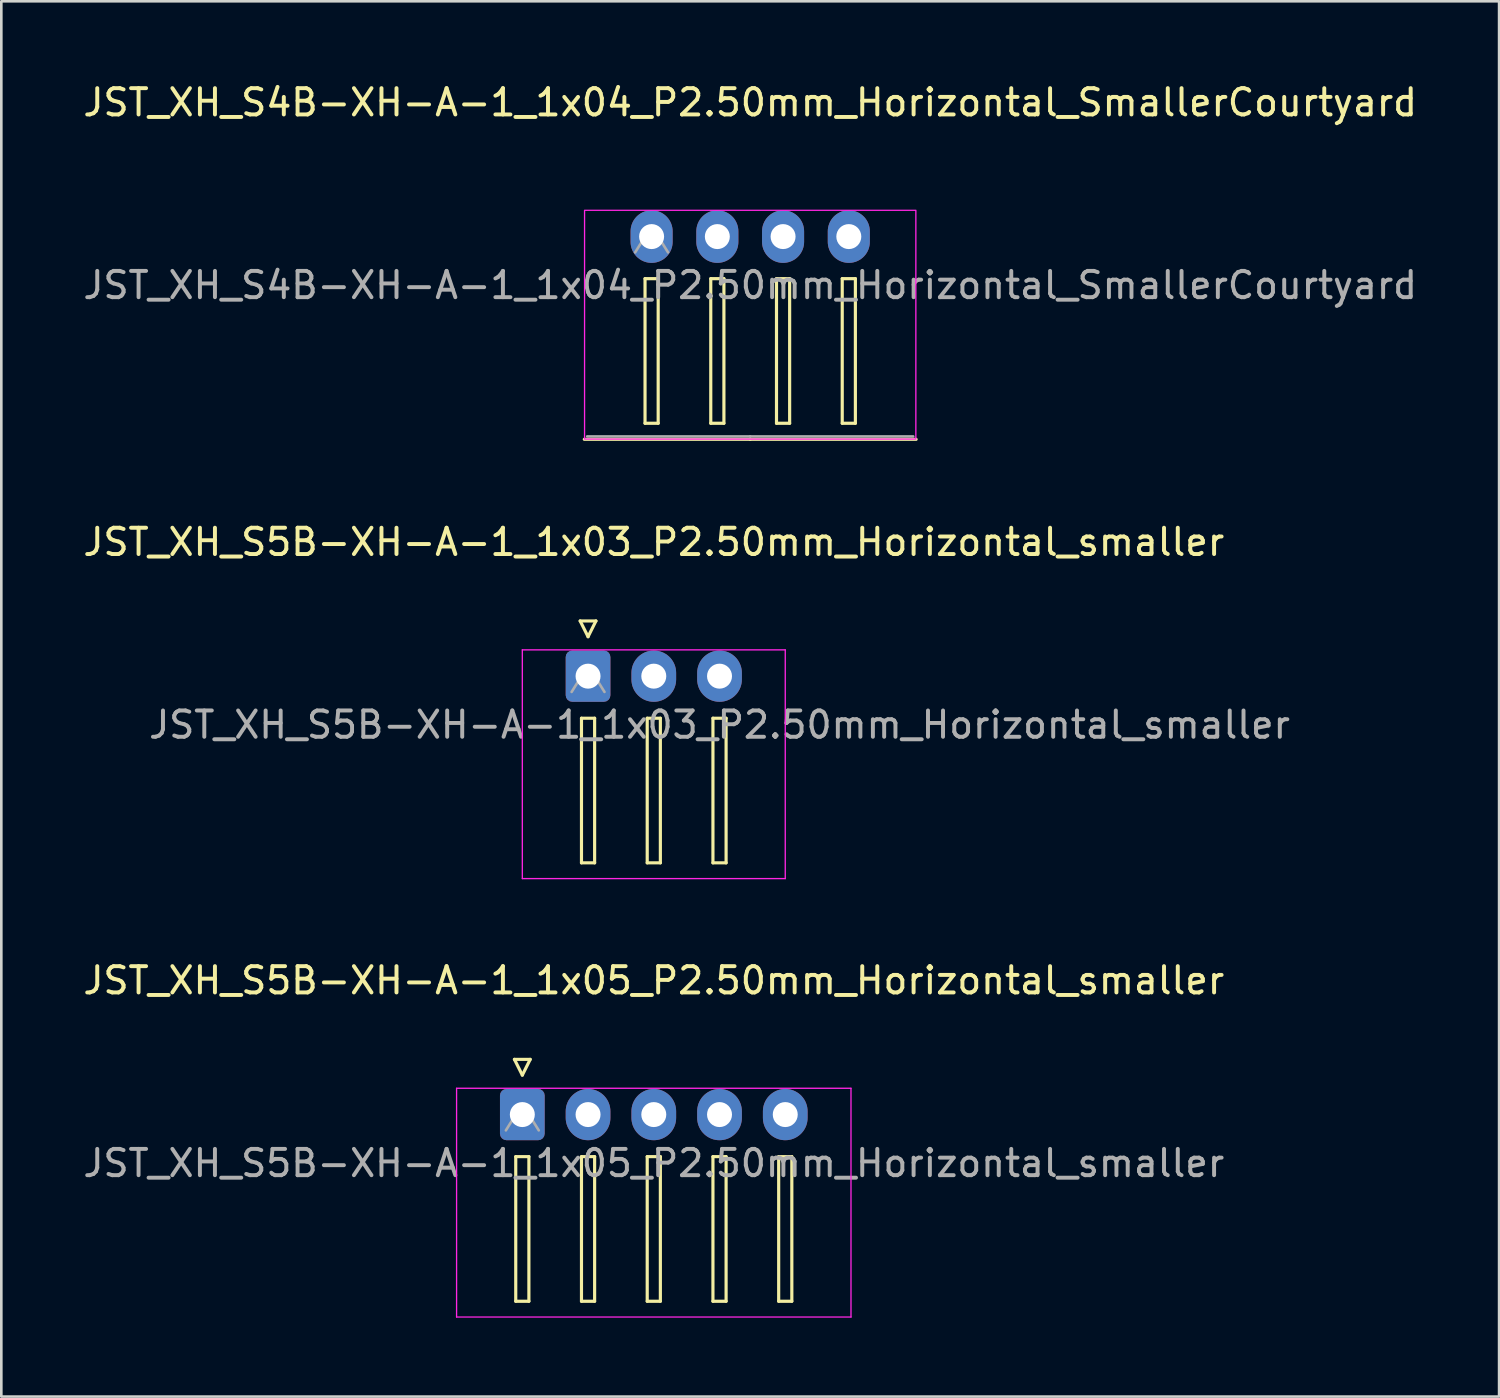
<source format=kicad_pcb>
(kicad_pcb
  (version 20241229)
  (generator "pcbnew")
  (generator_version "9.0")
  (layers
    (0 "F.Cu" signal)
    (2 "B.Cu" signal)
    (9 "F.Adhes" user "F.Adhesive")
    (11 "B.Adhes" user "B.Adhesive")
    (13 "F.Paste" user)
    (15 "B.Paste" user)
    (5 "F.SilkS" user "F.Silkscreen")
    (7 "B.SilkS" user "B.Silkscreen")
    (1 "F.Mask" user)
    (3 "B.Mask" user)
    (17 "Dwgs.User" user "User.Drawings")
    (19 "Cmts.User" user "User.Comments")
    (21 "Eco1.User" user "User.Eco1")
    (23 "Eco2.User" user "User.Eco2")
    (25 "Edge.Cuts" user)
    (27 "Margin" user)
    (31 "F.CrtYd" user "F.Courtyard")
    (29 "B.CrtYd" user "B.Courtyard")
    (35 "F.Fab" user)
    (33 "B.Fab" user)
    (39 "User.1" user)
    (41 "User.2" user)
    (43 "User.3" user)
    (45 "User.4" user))
  (footprint "JST_XH_S5B-XH-A-1_1x05_P2.50mm_Horizontal_smaller"
    (layer "F.Cu")
    (at 21.815 39.34)
    (property "Reference" "JST_XH_S5B-XH-A-1_1x05_P2.50mm_Horizontal_smaller" (at 0 -5.1 0) (layer "F.SilkS") (effects (font (size 1 1) (thickness 0.15))))
    (attr through_hole)
    (fp_line (start -5.3 -2.1) (end -4.7 -2.1) (stroke (width 0.12) (type solid)) (layer "F.SilkS"))
    (fp_line (start -5.25 1.6) (end -5.25 7.1) (stroke (width 0.12) (type solid)) (layer "F.SilkS"))
    (fp_line (start -5.25 7.1) (end -4.75 7.1) (stroke (width 0.12) (type solid)) (layer "F.SilkS"))
    (fp_line (start -5 -1.5) (end -5.3 -2.1) (stroke (width 0.12) (type solid)) (layer "F.SilkS"))
    (fp_line (start -4.75 1.6) (end -5.25 1.6) (stroke (width 0.12) (type solid)) (layer "F.SilkS"))
    (fp_line (start -4.75 7.1) (end -4.75 1.6) (stroke (width 0.12) (type solid)) (layer "F.SilkS"))
    (fp_line (start -4.7 -2.1) (end -5 -1.5) (stroke (width 0.12) (type solid)) (layer "F.SilkS"))
    (fp_line (start -2.75 1.6) (end -2.75 7.1) (stroke (width 0.12) (type solid)) (layer "F.SilkS"))
    (fp_line (start -2.75 7.1) (end -2.25 7.1) (stroke (width 0.12) (type solid)) (layer "F.SilkS"))
    (fp_line (start -2.25 1.6) (end -2.75 1.6) (stroke (width 0.12) (type solid)) (layer "F.SilkS"))
    (fp_line (start -2.25 7.1) (end -2.25 1.6) (stroke (width 0.12) (type solid)) (layer "F.SilkS"))
    (fp_line (start -0.25 1.6) (end -0.25 7.1) (stroke (width 0.12) (type solid)) (layer "F.SilkS"))
    (fp_line (start -0.25 7.1) (end 0.25 7.1) (stroke (width 0.12) (type solid)) (layer "F.SilkS"))
    (fp_line (start 0.25 1.6) (end -0.25 1.6) (stroke (width 0.12) (type solid)) (layer "F.SilkS"))
    (fp_line (start 0.25 7.1) (end 0.25 1.6) (stroke (width 0.12) (type solid)) (layer "F.SilkS"))
    (fp_line (start 2.25 1.6) (end 2.25 7.1) (stroke (width 0.12) (type solid)) (layer "F.SilkS"))
    (fp_line (start 2.25 7.1) (end 2.75 7.1) (stroke (width 0.12) (type solid)) (layer "F.SilkS"))
    (fp_line (start 2.75 1.6) (end 2.25 1.6) (stroke (width 0.12) (type solid)) (layer "F.SilkS"))
    (fp_line (start 2.75 7.1) (end 2.75 1.6) (stroke (width 0.12) (type solid)) (layer "F.SilkS"))
    (fp_line (start 4.75 1.6) (end 4.75 7.1) (stroke (width 0.12) (type solid)) (layer "F.SilkS"))
    (fp_line (start 4.75 7.1) (end 5.25 7.1) (stroke (width 0.12) (type solid)) (layer "F.SilkS"))
    (fp_line (start 5.25 1.6) (end 4.75 1.6) (stroke (width 0.12) (type solid)) (layer "F.SilkS"))
    (fp_line (start 5.25 7.1) (end 5.25 1.6) (stroke (width 0.12) (type solid)) (layer "F.SilkS"))
    (fp_line (start -7.5 -1) (end -7.5 7.7) (stroke (width 0.05) (type solid)) (layer "F.CrtYd"))
    (fp_line (start -7.5 7.7) (end 7.5 7.7) (stroke (width 0.05) (type solid)) (layer "F.CrtYd"))
    (fp_line (start 7.5 -1) (end -7.5 -1) (stroke (width 0.05) (type solid)) (layer "F.CrtYd"))
    (fp_line (start 7.5 7.7) (end 7.5 -1) (stroke (width 0.05) (type solid)) (layer "F.CrtYd"))
    (fp_line (start -5.625 0.6) (end -5 -0.4) (stroke (width 0.1) (type solid)) (layer "F.Fab"))
    (fp_line (start -5 -0.4) (end -4.375 0.6) (stroke (width 0.1) (type solid)) (layer "F.Fab"))
    (fp_text user "${REFERENCE}" (at 0 1.85 0) (layer "F.Fab") (effects (font (size 1 1) (thickness 0.15))))
    (pad "1" thru_hole roundrect (at -5 0) (size 1.7 1.95) (drill 0.95) (layers "*.Cu" "*.Mask") (roundrect_rratio 0.147))
    (pad "2" thru_hole oval (at -2.5 0) (size 1.7 1.95) (drill 0.95) (layers "*.Cu" "*.Mask"))
    (pad "3" thru_hole oval (at 0 0) (size 1.7 1.95) (drill 0.95) (layers "*.Cu" "*.Mask"))
    (pad "4" thru_hole oval (at 2.5 0) (size 1.7 1.95) (drill 0.95) (layers "*.Cu" "*.Mask"))
    (pad "5" thru_hole oval (at 5 0) (size 1.7 1.95) (drill 0.95) (layers "*.Cu" "*.Mask")))
  (footprint "JST_XH_S4B-XH-A-1_1x04_P2.50mm_Horizontal_SmallerCourtyard"
    (layer "F.Cu")
    (at 21.732 5.948)
    (property "Reference" "JST_XH_S4B-XH-A-1_1x04_P2.50mm_Horizontal_SmallerCourtyard" (at 3.75 -5.1 0) (layer "F.SilkS") (effects (font (size 1 1) (thickness 0.15))))
    (attr through_hole)
    (fp_line (start -0.25 1.6) (end -0.25 7.1) (stroke (width 0.12) (type solid)) (layer "F.SilkS"))
    (fp_line (start -0.25 7.1) (end 0.25 7.1) (stroke (width 0.12) (type solid)) (layer "F.SilkS"))
    (fp_line (start 0.25 1.6) (end -0.25 1.6) (stroke (width 0.12) (type solid)) (layer "F.SilkS"))
    (fp_line (start 0.25 7.1) (end 0.25 1.6) (stroke (width 0.12) (type solid)) (layer "F.SilkS"))
    (fp_line (start 2.25 1.6) (end 2.25 7.1) (stroke (width 0.12) (type solid)) (layer "F.SilkS"))
    (fp_line (start 2.25 7.1) (end 2.75 7.1) (stroke (width 0.12) (type solid)) (layer "F.SilkS"))
    (fp_line (start 2.75 1.6) (end 2.25 1.6) (stroke (width 0.12) (type solid)) (layer "F.SilkS"))
    (fp_line (start 2.75 7.1) (end 2.75 1.6) (stroke (width 0.12) (type solid)) (layer "F.SilkS"))
    (fp_line (start 3.75 7.71) (end -2.56 7.71) (stroke (width 0.12) (type solid)) (layer "F.SilkS"))
    (fp_line (start 3.75 7.71) (end 10.06 7.71) (stroke (width 0.12) (type solid)) (layer "F.SilkS"))
    (fp_line (start 4.75 1.6) (end 4.75 7.1) (stroke (width 0.12) (type solid)) (layer "F.SilkS"))
    (fp_line (start 4.75 7.1) (end 5.25 7.1) (stroke (width 0.12) (type solid)) (layer "F.SilkS"))
    (fp_line (start 5.25 1.6) (end 4.75 1.6) (stroke (width 0.12) (type solid)) (layer "F.SilkS"))
    (fp_line (start 5.25 7.1) (end 5.25 1.6) (stroke (width 0.12) (type solid)) (layer "F.SilkS"))
    (fp_line (start 7.25 1.6) (end 7.25 7.1) (stroke (width 0.12) (type solid)) (layer "F.SilkS"))
    (fp_line (start 7.25 7.1) (end 7.75 7.1) (stroke (width 0.12) (type solid)) (layer "F.SilkS"))
    (fp_line (start 7.75 1.6) (end 7.25 1.6) (stroke (width 0.12) (type solid)) (layer "F.SilkS"))
    (fp_line (start 7.75 7.1) (end 7.75 1.6) (stroke (width 0.12) (type solid)) (layer "F.SilkS"))
    (fp_rect (start -2.55 -1) (end 10.05 7.7) (stroke (width 0.05) (type default)) (fill no) (layer "F.CrtYd"))
    (fp_line (start -0.625 0.6) (end 0 -0.4) (stroke (width 0.1) (type solid)) (layer "F.Fab"))
    (fp_line (start 0 -0.4) (end 0.625 0.6) (stroke (width 0.1) (type solid)) (layer "F.Fab"))
    (fp_line (start 3.75 7.6) (end -2.45 7.6) (stroke (width 0.1) (type solid)) (layer "F.Fab"))
    (fp_line (start 3.75 7.6) (end 9.95 7.6) (stroke (width 0.1) (type solid)) (layer "F.Fab"))
    (fp_text user "${REFERENCE}" (at 3.75 1.85 0) (layer "F.Fab") (effects (font (size 1 1) (thickness 0.15))))
    (pad "1" thru_hole oval (at 0 0) (size 1.6 2) (drill 0.95) (layers "*.Cu" "*.Mask"))
    (pad "2" thru_hole oval (at 2.5 0) (size 1.6 2) (drill 0.95) (layers "*.Cu" "*.Mask"))
    (pad "3" thru_hole oval (at 5 0) (size 1.6 2) (drill 0.95) (layers "*.Cu" "*.Mask"))
    (pad "4" thru_hole oval (at 7.5 0) (size 1.6 2) (drill 0.95) (layers "*.Cu" "*.Mask")))
  (footprint "JST_XH_S5B-XH-A-1_1x03_P2.50mm_Horizontal_smaller"
    (layer "F.Cu")
    (at 21.815 22.666)
    (property "Reference" "JST_XH_S5B-XH-A-1_1x03_P2.50mm_Horizontal_smaller" (at 0 -5.1 0) (layer "F.SilkS") (effects (font (size 1 1) (thickness 0.15))))
    (attr through_hole)
    (fp_line (start -2.8 -2.1) (end -2.2 -2.1) (stroke (width 0.12) (type solid)) (layer "F.SilkS"))
    (fp_line (start -2.75 1.6) (end -2.75 7.1) (stroke (width 0.12) (type solid)) (layer "F.SilkS"))
    (fp_line (start -2.75 7.1) (end -2.25 7.1) (stroke (width 0.12) (type solid)) (layer "F.SilkS"))
    (fp_line (start -2.5 -1.5) (end -2.8 -2.1) (stroke (width 0.12) (type solid)) (layer "F.SilkS"))
    (fp_line (start -2.25 1.6) (end -2.75 1.6) (stroke (width 0.12) (type solid)) (layer "F.SilkS"))
    (fp_line (start -2.25 7.1) (end -2.25 1.6) (stroke (width 0.12) (type solid)) (layer "F.SilkS"))
    (fp_line (start -2.2 -2.1) (end -2.5 -1.5) (stroke (width 0.12) (type solid)) (layer "F.SilkS"))
    (fp_line (start -0.25 1.6) (end -0.25 7.1) (stroke (width 0.12) (type solid)) (layer "F.SilkS"))
    (fp_line (start -0.25 7.1) (end 0.25 7.1) (stroke (width 0.12) (type solid)) (layer "F.SilkS"))
    (fp_line (start 0.25 1.6) (end -0.25 1.6) (stroke (width 0.12) (type solid)) (layer "F.SilkS"))
    (fp_line (start 0.25 7.1) (end 0.25 1.6) (stroke (width 0.12) (type solid)) (layer "F.SilkS"))
    (fp_line (start 2.25 1.6) (end 2.25 7.1) (stroke (width 0.12) (type solid)) (layer "F.SilkS"))
    (fp_line (start 2.25 7.1) (end 2.75 7.1) (stroke (width 0.12) (type solid)) (layer "F.SilkS"))
    (fp_line (start 2.75 1.6) (end 2.25 1.6) (stroke (width 0.12) (type solid)) (layer "F.SilkS"))
    (fp_line (start 2.75 7.1) (end 2.75 1.6) (stroke (width 0.12) (type solid)) (layer "F.SilkS"))
    (fp_line (start -5 -1) (end -5 7.7) (stroke (width 0.05) (type solid)) (layer "F.CrtYd"))
    (fp_line (start -5 7.7) (end 5 7.7) (stroke (width 0.05) (type solid)) (layer "F.CrtYd"))
    (fp_line (start 5 -1) (end -5 -1) (stroke (width 0.05) (type solid)) (layer "F.CrtYd"))
    (fp_line (start 5 7.7) (end 5 -1) (stroke (width 0.05) (type solid)) (layer "F.CrtYd"))
    (fp_line (start -3.125 0.6) (end -2.5 -0.4) (stroke (width 0.1) (type solid)) (layer "F.Fab"))
    (fp_line (start -2.5 -0.4) (end -1.875 0.6) (stroke (width 0.1) (type solid)) (layer "F.Fab"))
    (fp_text user "${REFERENCE}" (at 2.5 1.85 0) (layer "F.Fab") (effects (font (size 1 1) (thickness 0.15))))
    (pad "1" thru_hole roundrect (at -2.5 0) (size 1.7 1.95) (drill 0.95) (layers "*.Cu" "*.Mask") (roundrect_rratio 0.147))
    (pad "2" thru_hole oval (at 0 0) (size 1.7 1.95) (drill 0.95) (layers "*.Cu" "*.Mask"))
    (pad "3" thru_hole oval (at 2.5 0) (size 1.7 1.95) (drill 0.95) (layers "*.Cu" "*.Mask")))
  (gr_rect
    (start -3 -3)
    (end 53.964 50.065)
    (stroke (width 0.1) (type default))
    (fill no)
    (layer "Edge.Cuts")))
</source>
